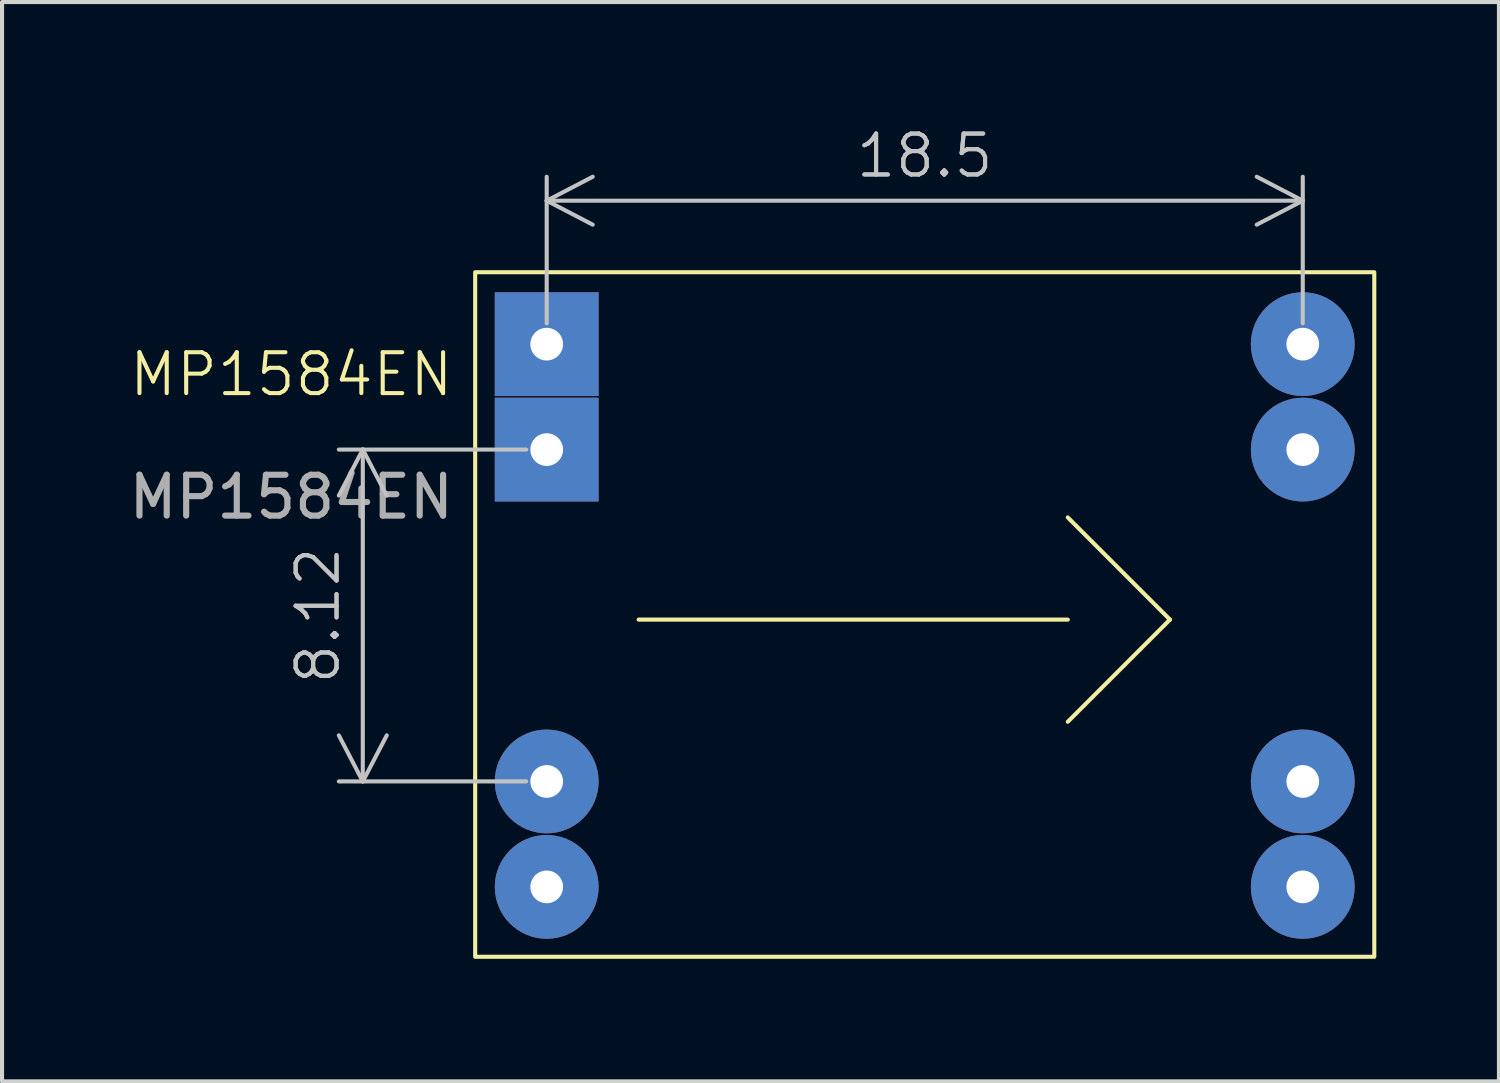
<source format=kicad_pcb>
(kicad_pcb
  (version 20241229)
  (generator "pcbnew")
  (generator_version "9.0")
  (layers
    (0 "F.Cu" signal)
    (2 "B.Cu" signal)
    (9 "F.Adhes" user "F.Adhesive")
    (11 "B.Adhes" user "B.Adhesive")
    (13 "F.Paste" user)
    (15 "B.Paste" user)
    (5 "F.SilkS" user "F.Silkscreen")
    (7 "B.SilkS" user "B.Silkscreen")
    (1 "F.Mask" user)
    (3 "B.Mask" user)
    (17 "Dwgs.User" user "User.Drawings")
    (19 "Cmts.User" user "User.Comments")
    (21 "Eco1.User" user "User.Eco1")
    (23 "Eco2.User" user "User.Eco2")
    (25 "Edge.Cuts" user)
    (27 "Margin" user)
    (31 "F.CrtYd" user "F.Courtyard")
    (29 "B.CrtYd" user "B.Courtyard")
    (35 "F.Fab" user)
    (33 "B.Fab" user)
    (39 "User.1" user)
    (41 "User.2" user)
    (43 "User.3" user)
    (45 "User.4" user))
  (footprint "MP1584EN"
    (layer "F.Cu")
    (at 8.577 3.611)
    (property "Reference" "MP1584EN" (at -4.5 2.5 0) (unlocked yes) (layer "F.SilkS") (effects (font (size 1 1) (thickness 0.1))))
    (attr through_hole)
    (fp_line (start 4 8.5) (end 14.5 8.5) (stroke (width 0.1) (type default)) (layer "F.SilkS"))
    (fp_line (start 14.5 11) (end 17 8.5) (stroke (width 0.1) (type default)) (layer "F.SilkS"))
    (fp_line (start 17 8.5) (end 14.5 6) (stroke (width 0.1) (type default)) (layer "F.SilkS"))
    (fp_rect (start 0 0) (end 22 16.75) (stroke (width 0.1) (type solid)) (fill no) (layer "F.SilkS"))
    (fp_text user "${REFERENCE}" (at -4.5 5.5 0) (unlocked yes) (layer "F.Fab") (effects (font (size 1 1) (thickness 0.15))))
    (dimension (type orthogonal) (layer "Dwgs.User") (pts (xy 10.327 16.07) (xy 10.327 7.95)) (height -4.5) (orientation 1) (format (prefix "") (suffix "") (units 3) (units_format 0) (precision 4) (suppress_zeroes yes)) (style (thickness 0.1) (arrow_length 1.27) (text_position_mode 0) (arrow_direction outward) (extension_height 0.586) (extension_offset 0.5) (keep_text_aligned yes)) (gr_text "8.12" (at 4.727 12.011 90) (layer "Dwgs.User") (effects (font (size 1 1) (thickness 0.1)))))
    (dimension (type orthogonal) (layer "Dwgs.User") (pts (xy 28.827 5.361) (xy 10.327 5.361)) (height -3.5) (orientation 0) (format (prefix "") (suffix "") (units 3) (units_format 0) (precision 4) (suppress_zeroes yes)) (style (thickness 0.1) (arrow_length 1.27) (text_position_mode 0) (arrow_direction outward) (extension_height 0.586) (extension_offset 0.5) (keep_text_aligned yes)) (gr_text "18.5" (at 19.577 0.76 0) (layer "Dwgs.User") (effects (font (size 1 1) (thickness 0.1)))))
    (pad "1" thru_hole rect (at 1.75 1.76) (size 2.54 2.54) (drill 0.8) (layers "*.Cu" "*.Mask"))
    (pad "1" thru_hole rect (at 1.75 4.34) (size 2.54 2.54) (drill 0.8) (layers "*.Cu" "*.Mask"))
    (pad "2" thru_hole circle (at 1.75 12.46) (size 2.54 2.54) (drill 0.8) (layers "*.Cu" "*.Mask"))
    (pad "2" thru_hole circle (at 1.75 15.04) (size 2.54 2.54) (drill 0.8) (layers "*.Cu" "*.Mask"))
    (pad "3" thru_hole circle (at 20.25 1.76) (size 2.54 2.54) (drill 0.8) (layers "*.Cu" "*.Mask"))
    (pad "3" thru_hole circle (at 20.25 4.34) (size 2.54 2.54) (drill 0.8) (layers "*.Cu" "*.Mask"))
    (pad "4" thru_hole circle (at 20.25 12.46) (size 2.54 2.54) (drill 0.8) (layers "*.Cu" "*.Mask"))
    (pad "4" thru_hole circle (at 20.25 15.04) (size 2.54 2.54) (drill 0.8) (layers "*.Cu" "*.Mask")))
  (gr_rect
    (start -3 -3)
    (end 33.627 23.41)
    (stroke (width 0.1) (type default))
    (fill no)
    (layer "Edge.Cuts")))
</source>
